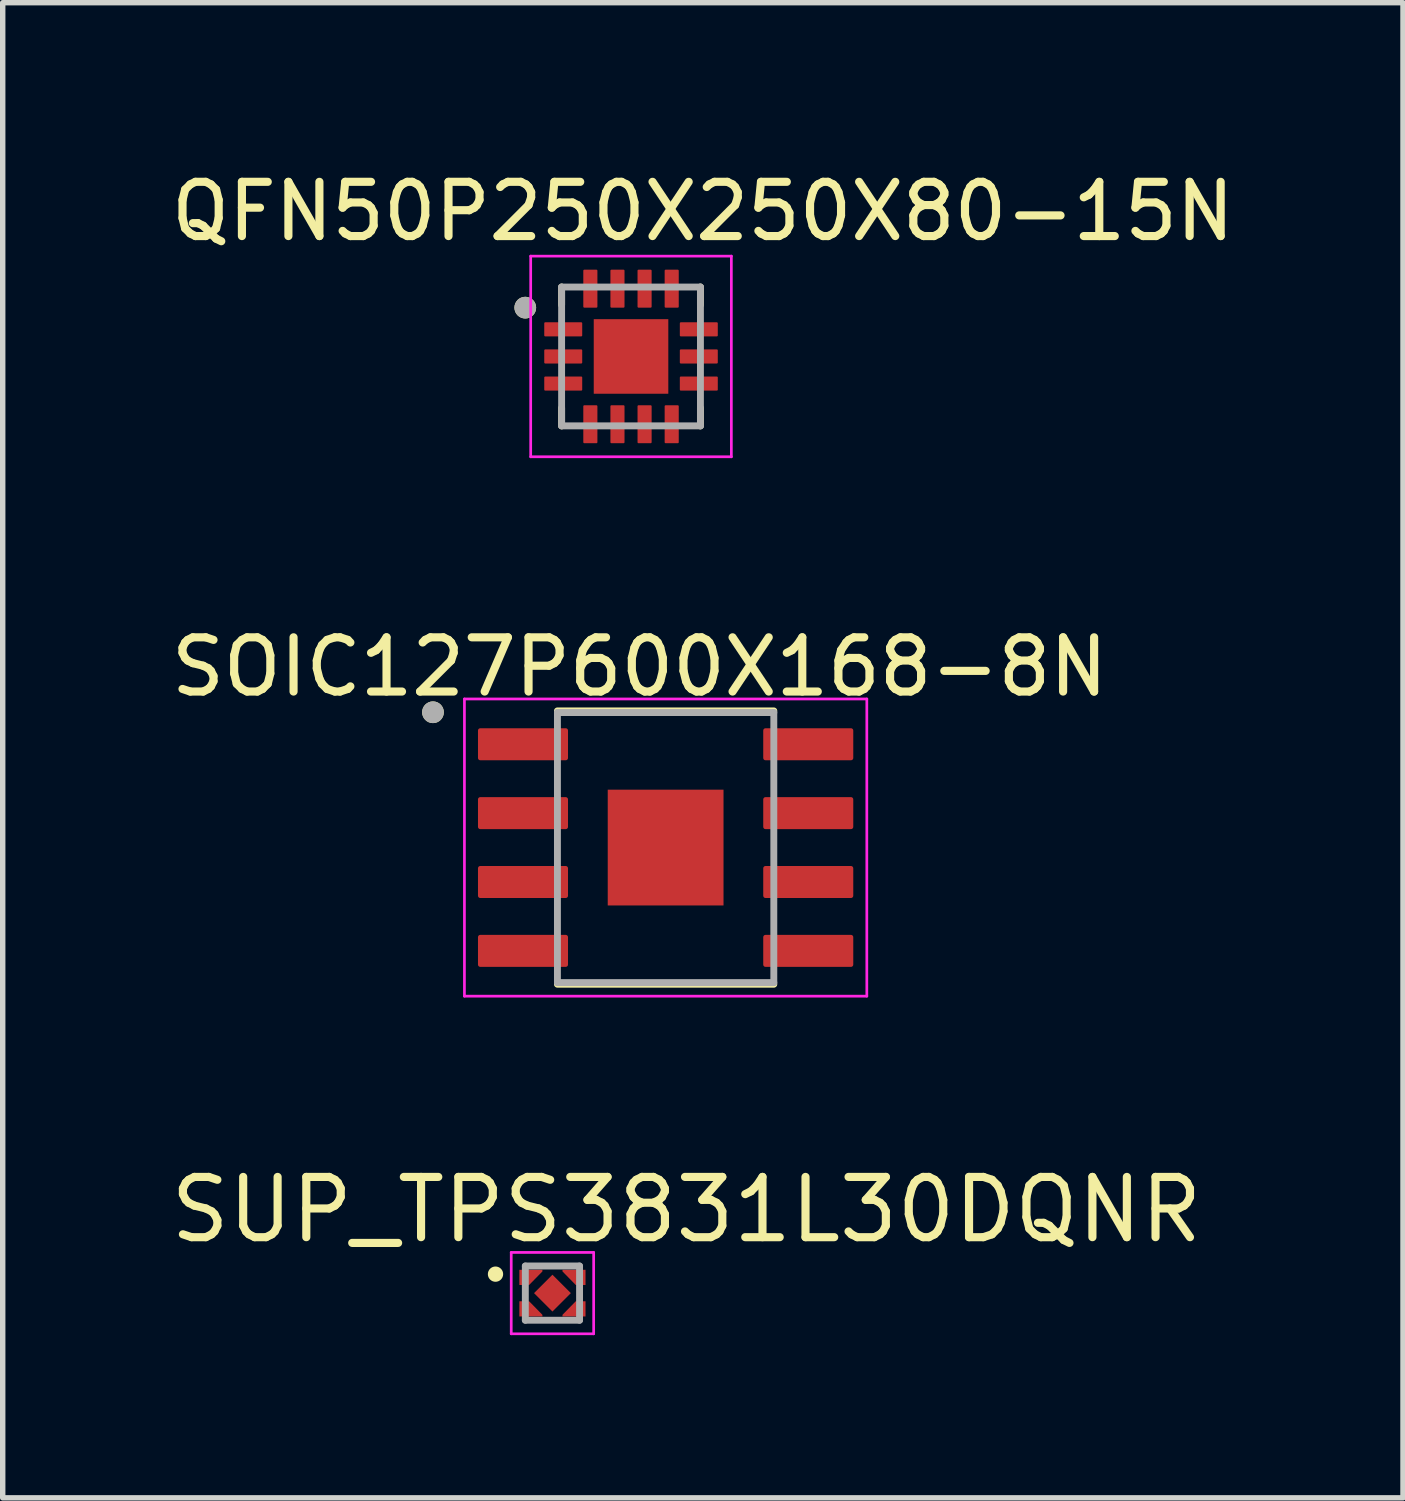
<source format=kicad_pcb>
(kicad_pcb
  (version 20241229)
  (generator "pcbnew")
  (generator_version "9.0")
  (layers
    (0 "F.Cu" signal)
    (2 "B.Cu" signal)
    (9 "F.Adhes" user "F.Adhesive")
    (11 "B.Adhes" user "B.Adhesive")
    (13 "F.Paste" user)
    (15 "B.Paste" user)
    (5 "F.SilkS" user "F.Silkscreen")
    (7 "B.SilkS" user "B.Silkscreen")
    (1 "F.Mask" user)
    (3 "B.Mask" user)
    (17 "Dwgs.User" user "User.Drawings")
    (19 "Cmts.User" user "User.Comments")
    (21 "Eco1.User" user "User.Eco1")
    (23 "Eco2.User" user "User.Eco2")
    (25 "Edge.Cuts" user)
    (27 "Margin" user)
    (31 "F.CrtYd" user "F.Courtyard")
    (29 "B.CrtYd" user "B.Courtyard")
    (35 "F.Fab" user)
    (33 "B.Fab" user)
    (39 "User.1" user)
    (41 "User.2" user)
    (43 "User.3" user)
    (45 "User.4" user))
  (footprint "SOIC127P600X168-8N"
    (layer "F.Cu")
    (at 9.224 12.579)
    (property "Reference" "SOIC127P600X168-8N" (at -0.48 -3.332 0) (layer "F.SilkS") (effects (font (size 1 1) (thickness 0.15))))
    (attr through_hole)
    (fp_line (start -1.995 -2.52) (end 1.995 -2.52) (stroke (width 0.127) (type solid)) (layer "F.SilkS"))
    (fp_line (start -1.995 2.52) (end 1.995 2.52) (stroke (width 0.127) (type solid)) (layer "F.SilkS"))
    (fp_circle (center -4.29 -2.495) (end -4.19 -2.495) (stroke (width 0.2) (type solid)) (fill no) (layer "F.SilkS"))
    (fp_poly (pts (xy -0.96 -0.96) (xy -0.21 -0.96) (xy -0.21 -0.21) (xy -0.96 -0.21)) (stroke (width 0.01) (type solid)) (fill yes) (layer "F.Paste"))
    (fp_poly (pts (xy -0.96 0.21) (xy -0.21 0.21) (xy -0.21 0.96) (xy -0.96 0.96)) (stroke (width 0.01) (type solid)) (fill yes) (layer "F.Paste"))
    (fp_poly (pts (xy 0.21 -0.96) (xy 0.96 -0.96) (xy 0.96 -0.21) (xy 0.21 -0.21)) (stroke (width 0.01) (type solid)) (fill yes) (layer "F.Paste"))
    (fp_poly (pts (xy 0.21 0.21) (xy 0.96 0.21) (xy 0.96 0.96) (xy 0.21 0.96)) (stroke (width 0.01) (type solid)) (fill yes) (layer "F.Paste"))
    (fp_line (start -3.71 -2.74) (end -3.71 2.74) (stroke (width 0.05) (type solid)) (layer "F.CrtYd"))
    (fp_line (start -3.71 -2.74) (end 3.71 -2.74) (stroke (width 0.05) (type solid)) (layer "F.CrtYd"))
    (fp_line (start -3.71 2.74) (end 3.71 2.74) (stroke (width 0.05) (type solid)) (layer "F.CrtYd"))
    (fp_line (start 3.71 -2.74) (end 3.71 2.74) (stroke (width 0.05) (type solid)) (layer "F.CrtYd"))
    (fp_line (start -1.995 -2.49) (end -1.995 2.49) (stroke (width 0.127) (type solid)) (layer "F.Fab"))
    (fp_line (start -1.995 -2.49) (end 1.995 -2.49) (stroke (width 0.127) (type solid)) (layer "F.Fab"))
    (fp_line (start -1.995 2.49) (end 1.995 2.49) (stroke (width 0.127) (type solid)) (layer "F.Fab"))
    (fp_line (start 1.995 -2.49) (end 1.995 2.49) (stroke (width 0.127) (type solid)) (layer "F.Fab"))
    (fp_circle (center -4.29 -2.495) (end -4.19 -2.495) (stroke (width 0.2) (type solid)) (fill no) (layer "F.Fab"))
    (pad "1" smd roundrect (at -2.63 -1.905) (size 1.66 0.59) (layers "F.Cu" "F.Mask" "F.Paste") (roundrect_rratio 0.07))
    (pad "2" smd roundrect (at -2.63 -0.635) (size 1.66 0.59) (layers "F.Cu" "F.Mask" "F.Paste") (roundrect_rratio 0.07))
    (pad "3" smd roundrect (at -2.63 0.635) (size 1.66 0.59) (layers "F.Cu" "F.Mask" "F.Paste") (roundrect_rratio 0.07))
    (pad "4" smd roundrect (at -2.63 1.905) (size 1.66 0.59) (layers "F.Cu" "F.Mask" "F.Paste") (roundrect_rratio 0.07))
    (pad "5" smd roundrect (at 2.63 1.905) (size 1.66 0.59) (layers "F.Cu" "F.Mask" "F.Paste") (roundrect_rratio 0.07))
    (pad "6" smd roundrect (at 2.63 0.635) (size 1.66 0.59) (layers "F.Cu" "F.Mask" "F.Paste") (roundrect_rratio 0.07))
    (pad "7" smd roundrect (at 2.63 -0.635) (size 1.66 0.59) (layers "F.Cu" "F.Mask" "F.Paste") (roundrect_rratio 0.07))
    (pad "8" smd roundrect (at 2.63 -1.905) (size 1.66 0.59) (layers "F.Cu" "F.Mask" "F.Paste") (roundrect_rratio 0.07))
    (pad "9" smd rect (at 0 0) (size 2.135 2.135) (layers "F.Cu" "F.Mask")))
  (footprint "QFN50P250X250X80-15N"
    (layer "F.Cu")
    (at 8.586 3.523)
    (property "Reference" "QFN50P250X250X80-15N" (at 1.325 -2.675 0) (layer "F.SilkS") (effects (font (size 1 1) (thickness 0.15))))
    (attr through_hole)
    (fp_line (start -1.28 -1.28) (end -1.28 -0.95) (stroke (width 0.127) (type solid)) (layer "F.SilkS"))
    (fp_line (start -1.28 1.28) (end -1.28 0.95) (stroke (width 0.127) (type solid)) (layer "F.SilkS"))
    (fp_line (start 1.28 -1.28) (end 1.28 -0.95) (stroke (width 0.127) (type solid)) (layer "F.SilkS"))
    (fp_line (start 1.28 1.28) (end 1.28 0.95) (stroke (width 0.127) (type solid)) (layer "F.SilkS"))
    (fp_circle (center -1.95 -0.9) (end -1.85 -0.9) (stroke (width 0.2) (type solid)) (fill no) (layer "F.SilkS"))
    (fp_poly (pts (xy -0.488 -0.488) (xy 0.488 -0.488) (xy 0.488 0.488) (xy -0.488 0.488)) (stroke (width 0.01) (type solid)) (fill yes) (layer "F.Paste"))
    (fp_line (start -1.85 -1.85) (end 1.85 -1.85) (stroke (width 0.05) (type solid)) (layer "F.CrtYd"))
    (fp_line (start -1.85 1.85) (end -1.85 -1.85) (stroke (width 0.05) (type solid)) (layer "F.CrtYd"))
    (fp_line (start 1.85 -1.85) (end 1.85 1.85) (stroke (width 0.05) (type solid)) (layer "F.CrtYd"))
    (fp_line (start 1.85 1.85) (end -1.85 1.85) (stroke (width 0.05) (type solid)) (layer "F.CrtYd"))
    (fp_line (start -1.28 -1.28) (end 1.28 -1.28) (stroke (width 0.127) (type solid)) (layer "F.Fab"))
    (fp_line (start -1.28 1.28) (end -1.28 -1.28) (stroke (width 0.127) (type solid)) (layer "F.Fab"))
    (fp_line (start 1.28 -1.28) (end 1.28 1.28) (stroke (width 0.127) (type solid)) (layer "F.Fab"))
    (fp_line (start 1.28 1.28) (end -1.28 1.28) (stroke (width 0.127) (type solid)) (layer "F.Fab"))
    (fp_circle (center -1.95 -0.9) (end -1.85 -0.9) (stroke (width 0.2) (type solid)) (fill no) (layer "F.Fab"))
    (pad "1" smd roundrect (at -1.25 -0.5) (size 0.7 0.26) (layers "F.Cu" "F.Mask" "F.Paste") (roundrect_rratio 0.07))
    (pad "2" smd roundrect (at -1.25 0) (size 0.7 0.26) (layers "F.Cu" "F.Mask" "F.Paste") (roundrect_rratio 0.07))
    (pad "3" smd roundrect (at -1.25 0.5) (size 0.7 0.26) (layers "F.Cu" "F.Mask" "F.Paste") (roundrect_rratio 0.07))
    (pad "4" smd roundrect (at -0.75 1.25 90) (size 0.7 0.26) (layers "F.Cu" "F.Mask" "F.Paste") (roundrect_rratio 0.07))
    (pad "5" smd roundrect (at -0.25 1.25 90) (size 0.7 0.26) (layers "F.Cu" "F.Mask" "F.Paste") (roundrect_rratio 0.07))
    (pad "6" smd roundrect (at 0.25 1.25 90) (size 0.7 0.26) (layers "F.Cu" "F.Mask" "F.Paste") (roundrect_rratio 0.07))
    (pad "7" smd roundrect (at 0.75 1.25 90) (size 0.7 0.26) (layers "F.Cu" "F.Mask" "F.Paste") (roundrect_rratio 0.07))
    (pad "8" smd roundrect (at 1.25 0.5 180) (size 0.7 0.26) (layers "F.Cu" "F.Mask" "F.Paste") (roundrect_rratio 0.07))
    (pad "9" smd roundrect (at 1.25 0 180) (size 0.7 0.26) (layers "F.Cu" "F.Mask" "F.Paste") (roundrect_rratio 0.07))
    (pad "10" smd roundrect (at 1.25 -0.5 180) (size 0.7 0.26) (layers "F.Cu" "F.Mask" "F.Paste") (roundrect_rratio 0.07))
    (pad "11" smd roundrect (at 0.75 -1.25 270) (size 0.7 0.26) (layers "F.Cu" "F.Mask" "F.Paste") (roundrect_rratio 0.07))
    (pad "12" smd roundrect (at 0.25 -1.25 270) (size 0.7 0.26) (layers "F.Cu" "F.Mask" "F.Paste") (roundrect_rratio 0.07))
    (pad "13" smd roundrect (at -0.25 -1.25 270) (size 0.7 0.26) (layers "F.Cu" "F.Mask" "F.Paste") (roundrect_rratio 0.07))
    (pad "14" smd roundrect (at -0.75 -1.25 270) (size 0.7 0.26) (layers "F.Cu" "F.Mask" "F.Paste") (roundrect_rratio 0.07))
    (pad "15" smd rect (at 0 0) (size 1.375 1.375) (layers "F.Cu" "F.Mask")))
  (footprint "SUP_TPS3831L30DQNR"
    (layer "F.Cu")
    (at 7.137 20.795)
    (property "Reference" "SUP_TPS3831L30DQNR" (at 2.471 -1.538 0) (layer "F.SilkS") (effects (font (size 1.111 1.111) (thickness 0.15))))
    (attr through_hole)
    (fp_poly (pts (xy -0.294 -0.29) (xy 0.29 -0.29) (xy 0.29 0.294) (xy -0.294 0.294)) (stroke (width 0.01) (type solid)) (fill yes) (layer "F.Mask"))
    (fp_poly (pts (xy -0.135 -0.48) (xy -0.66 -0.48) (xy -0.66 -0.1) (xy -0.38 -0.1) (xy -0.135 -0.35)) (stroke (width 0) (type solid)) (fill yes) (layer "F.Mask"))
    (fp_poly (pts (xy -0.135 0.48) (xy -0.66 0.48) (xy -0.66 0.1) (xy -0.38 0.1) (xy -0.135 0.35)) (stroke (width 0) (type solid)) (fill yes) (layer "F.Mask"))
    (fp_poly (pts (xy 0.135 -0.48) (xy 0.66 -0.48) (xy 0.66 -0.1) (xy 0.38 -0.1) (xy 0.135 -0.35)) (stroke (width 0) (type solid)) (fill yes) (layer "F.Mask"))
    (fp_poly (pts (xy 0.135 0.48) (xy 0.66 0.48) (xy 0.66 0.1) (xy 0.38 0.1) (xy 0.135 0.35)) (stroke (width 0) (type solid)) (fill yes) (layer "F.Mask"))
    (fp_circle (center -1.05 -0.35) (end -0.909 -0.35) (stroke (width 0) (type solid)) (fill yes) (layer "F.SilkS"))
    (fp_poly (pts (xy -0.243 -0.24) (xy 0.24 -0.24) (xy 0.24 0.243) (xy -0.243 0.243)) (stroke (width 0.01) (type solid)) (fill yes) (layer "F.Paste"))
    (fp_poly (pts (xy -0.185 -0.43) (xy -0.61 -0.43) (xy -0.61 -0.15) (xy -0.43 -0.15) (xy -0.185 -0.4)) (stroke (width 0) (type solid)) (fill yes) (layer "F.Paste"))
    (fp_poly (pts (xy -0.185 0.43) (xy -0.61 0.43) (xy -0.61 0.15) (xy -0.43 0.15) (xy -0.185 0.4)) (stroke (width 0) (type solid)) (fill yes) (layer "F.Paste"))
    (fp_poly (pts (xy 0.185 -0.43) (xy 0.61 -0.43) (xy 0.61 -0.15) (xy 0.43 -0.15) (xy 0.185 -0.4)) (stroke (width 0) (type solid)) (fill yes) (layer "F.Paste"))
    (fp_poly (pts (xy 0.185 0.43) (xy 0.61 0.43) (xy 0.61 0.15) (xy 0.43 0.15) (xy 0.185 0.4)) (stroke (width 0) (type solid)) (fill yes) (layer "F.Paste"))
    (fp_line (start -0.76 -0.75) (end 0.76 -0.75) (stroke (width 0.05) (type solid)) (layer "F.CrtYd"))
    (fp_line (start -0.76 0.75) (end -0.76 -0.75) (stroke (width 0.05) (type solid)) (layer "F.CrtYd"))
    (fp_line (start 0.76 -0.75) (end 0.76 0.75) (stroke (width 0.05) (type solid)) (layer "F.CrtYd"))
    (fp_line (start 0.76 0.75) (end -0.76 0.75) (stroke (width 0.05) (type solid)) (layer "F.CrtYd"))
    (fp_line (start -0.5 -0.5) (end 0.5 -0.5) (stroke (width 0.127) (type solid)) (layer "F.Fab"))
    (fp_line (start -0.5 0.5) (end -0.5 -0.5) (stroke (width 0.127) (type solid)) (layer "F.Fab"))
    (fp_line (start 0.5 -0.5) (end 0.5 0.5) (stroke (width 0.127) (type solid)) (layer "F.Fab"))
    (fp_line (start 0.5 0.5) (end -0.5 0.5) (stroke (width 0.127) (type solid)) (layer "F.Fab"))
    (pad "1" smd custom (at -0.435 -0.335) (size 0.2 0.13) (layers "F.Cu") (options (anchor rect)) (primitives (gr_poly (pts (xy 0.25 -0.095) (xy -0.175 -0.095) (xy -0.175 0.185) (xy 0.005 0.185) (xy 0.25 -0.065)) (width 0) (fill yes))))
    (pad "2" smd custom (at -0.435 0.335) (size 0.2 0.13) (layers "F.Cu") (options (anchor rect)) (primitives (gr_poly (pts (xy 0.25 0.095) (xy -0.175 0.095) (xy -0.175 -0.185) (xy 0.005 -0.185) (xy 0.25 0.065)) (width 0) (fill yes))))
    (pad "3" smd custom (at 0.435 0.335) (size 0.2 0.13) (layers "F.Cu") (options (anchor rect)) (primitives (gr_poly (pts (xy -0.25 0.095) (xy 0.175 0.095) (xy 0.175 -0.185) (xy -0.005 -0.185) (xy -0.25 0.065)) (width 0) (fill yes))))
    (pad "4" smd custom (at 0.435 -0.335) (size 0.2 0.13) (layers "F.Cu") (options (anchor rect)) (primitives (gr_poly (pts (xy -0.25 -0.095) (xy 0.175 -0.095) (xy 0.175 0.185) (xy -0.005 0.185) (xy -0.25 -0.065)) (width 0) (fill yes))))
    (pad "5" smd rect (at 0 0 315) (size 0.48 0.48) (layers "F.Cu")))
  (gr_rect
    (start -3 -3)
    (end 22.821 24.57)
    (stroke (width 0.1) (type default))
    (fill no)
    (layer "Edge.Cuts")))
</source>
